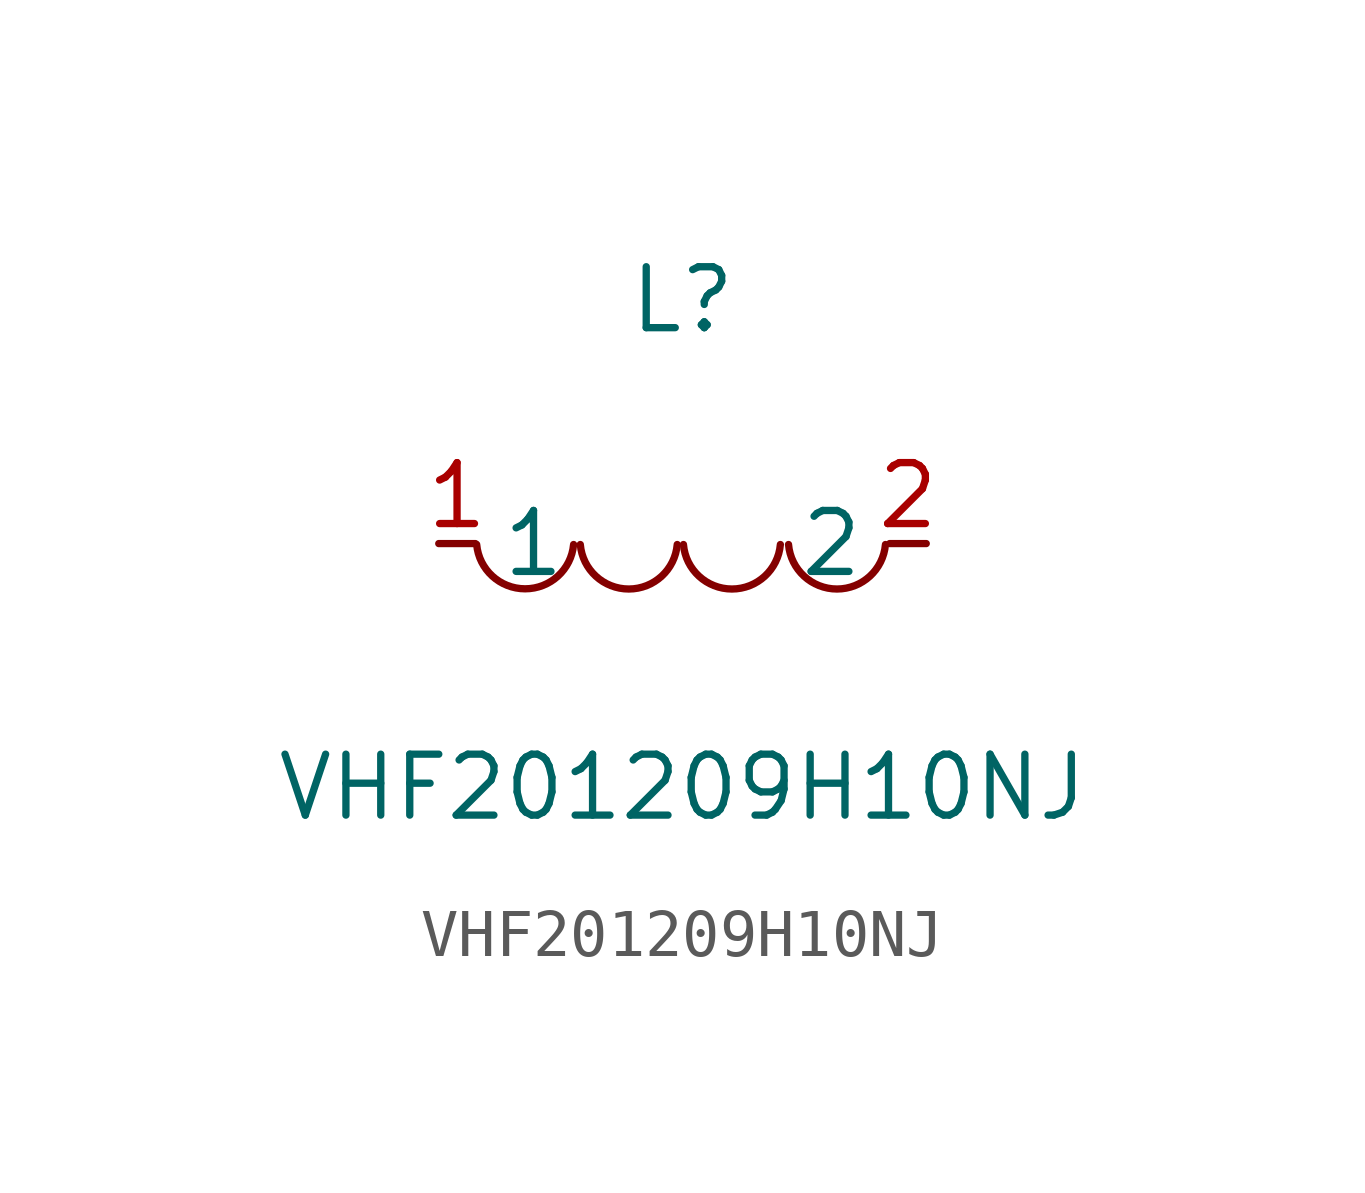
<source format=kicad_sym>
(kicad_symbol_lib
  (version 1)
  (generator "faebryk")
  (symbol "VHF201209H10NJ"
    (property "Reference" "L"
      (at 0 5.08 0)
      (effects (font (size 1.27 1.27)) (hide no)))
    (property "Value" "VHF201209H10NJ"
      (at 0 -5.08 0)
      (effects (font (size 1.27 1.27)) (hide no)))
    (symbol "VHF201209H10NJ_0_1"
      (arc (start -4.29 -0.02) (mid -2.81 -1.01) (end -2.27 -0.02) (stroke (width 0) (type default) (color 0 0 0 0)) (fill (type none)))
      (arc (start -2.13 -0.02) (mid -0.66 -1.01) (end -0.11 -0.02) (stroke (width 0) (type default) (color 0 0 0 0)) (fill (type none)))
      (arc (start 0.02 -0.02) (mid 1.49 -1.01) (end 2.04 -0.02) (stroke (width 0) (type default) (color 0 0 0 0)) (fill (type none)))
      (arc (start 2.21 -0.02) (mid 3.68 -1.01) (end 4.23 -0.02) (stroke (width 0) (type default) (color 0 0 0 0)) (fill (type none)))
      (pin unspecified line (at 5.08 0 180) (length 0.762) (name "2" (effects (font (size 1.27 1.27)) (hide no))) (number "2" (effects (font (size 1.27 1.27)) (hide no))))
      (pin unspecified line (at -5.08 0 0) (length 0.762) (name "1" (effects (font (size 1.27 1.27)) (hide no))) (number "1" (effects (font (size 1.27 1.27)) (hide no)))))))
</source>
